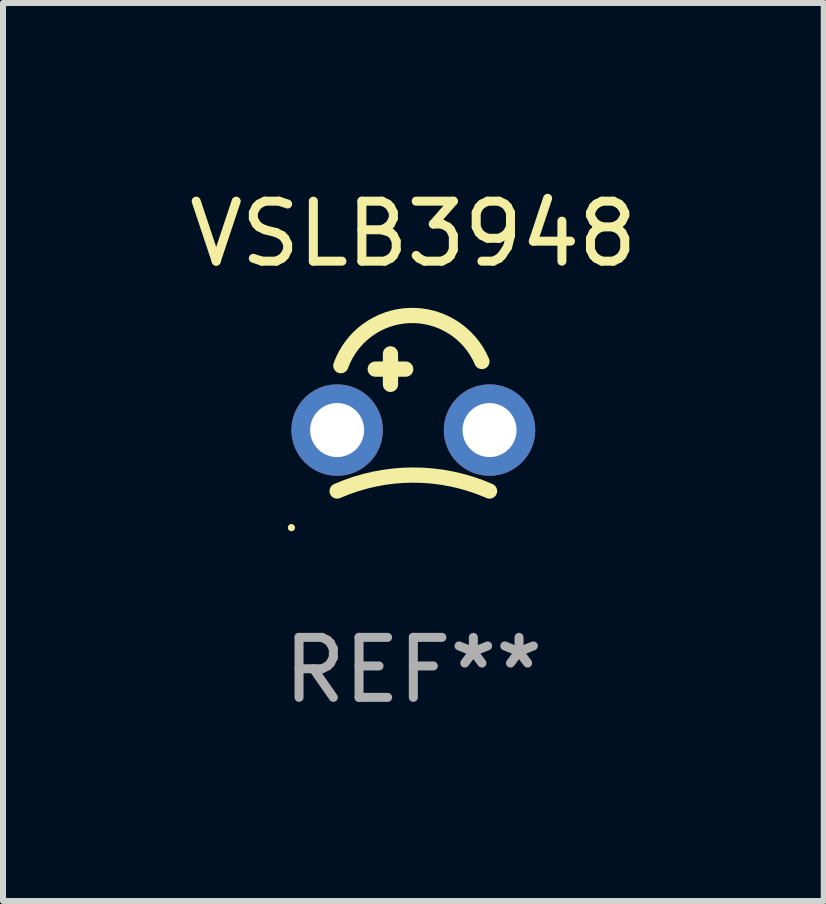
<source format=kicad_pcb>
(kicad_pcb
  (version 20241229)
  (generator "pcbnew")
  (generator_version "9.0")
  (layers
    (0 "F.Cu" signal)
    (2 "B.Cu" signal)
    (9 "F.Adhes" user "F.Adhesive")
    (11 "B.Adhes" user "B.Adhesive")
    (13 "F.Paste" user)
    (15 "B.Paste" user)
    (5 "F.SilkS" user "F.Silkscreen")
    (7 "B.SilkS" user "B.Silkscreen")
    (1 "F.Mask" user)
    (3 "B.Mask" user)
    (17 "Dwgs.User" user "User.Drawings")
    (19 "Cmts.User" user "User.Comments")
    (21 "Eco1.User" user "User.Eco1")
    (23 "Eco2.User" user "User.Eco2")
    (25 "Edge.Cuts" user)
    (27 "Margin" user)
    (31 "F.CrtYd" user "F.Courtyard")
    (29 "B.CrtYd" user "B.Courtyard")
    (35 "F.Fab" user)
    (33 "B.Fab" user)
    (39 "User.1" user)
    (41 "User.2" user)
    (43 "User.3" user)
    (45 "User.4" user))
  (footprint "VSLB3948"
    (layer "F.Cu")
    (at 3.839 3.483)
    (property "Reference" "VSLB3948" (at 0 -2.635 0) (layer "F.SilkS") (effects (font (size 1 1) (thickness 0.15))))
    (attr through_hole)
    (fp_line (start -0.635 -0.381) (end -0.127 -0.381) (stroke (width 0.254) (type solid)) (layer "F.SilkS"))
    (fp_line (start -0.381 -0.635) (end -0.381 -0.127) (stroke (width 0.254) (type solid)) (layer "F.SilkS"))
    (fp_arc (start -1.270003 1.651003) (mid 0 1.384802) (end 1.270002 1.651003) (stroke (width 0.254001) (type solid)) (layer "F.SilkS"))
    (fp_arc (start -1.208153 -0.438913) (mid -0.056118 -1.274652) (end 1.143002 -0.508001) (stroke (width 0.254001) (type solid)) (layer "F.SilkS"))
    (fp_circle (center -2.032 2.261) (end -2.002 2.261) (stroke (width 0.06) (type solid)) (fill no) (layer "F.SilkS"))
    (fp_text user "REF**" (at 0 4.635 0) (layer "F.Fab") (effects (font (size 1 1) (thickness 0.15))))
    (pad "1" thru_hole circle (at -1.27 0.635) (size 1.524 1.524) (drill 0.9) (layers "*.Cu" "*.Mask"))
    (pad "2" thru_hole circle (at 1.27 0.635) (size 1.524 1.524) (drill 0.9) (layers "*.Cu" "*.Mask")))
  (gr_rect
    (start -3 -3)
    (end 10.679 11.967)
    (stroke (width 0.1) (type default))
    (fill no)
    (layer "Edge.Cuts")))
</source>
